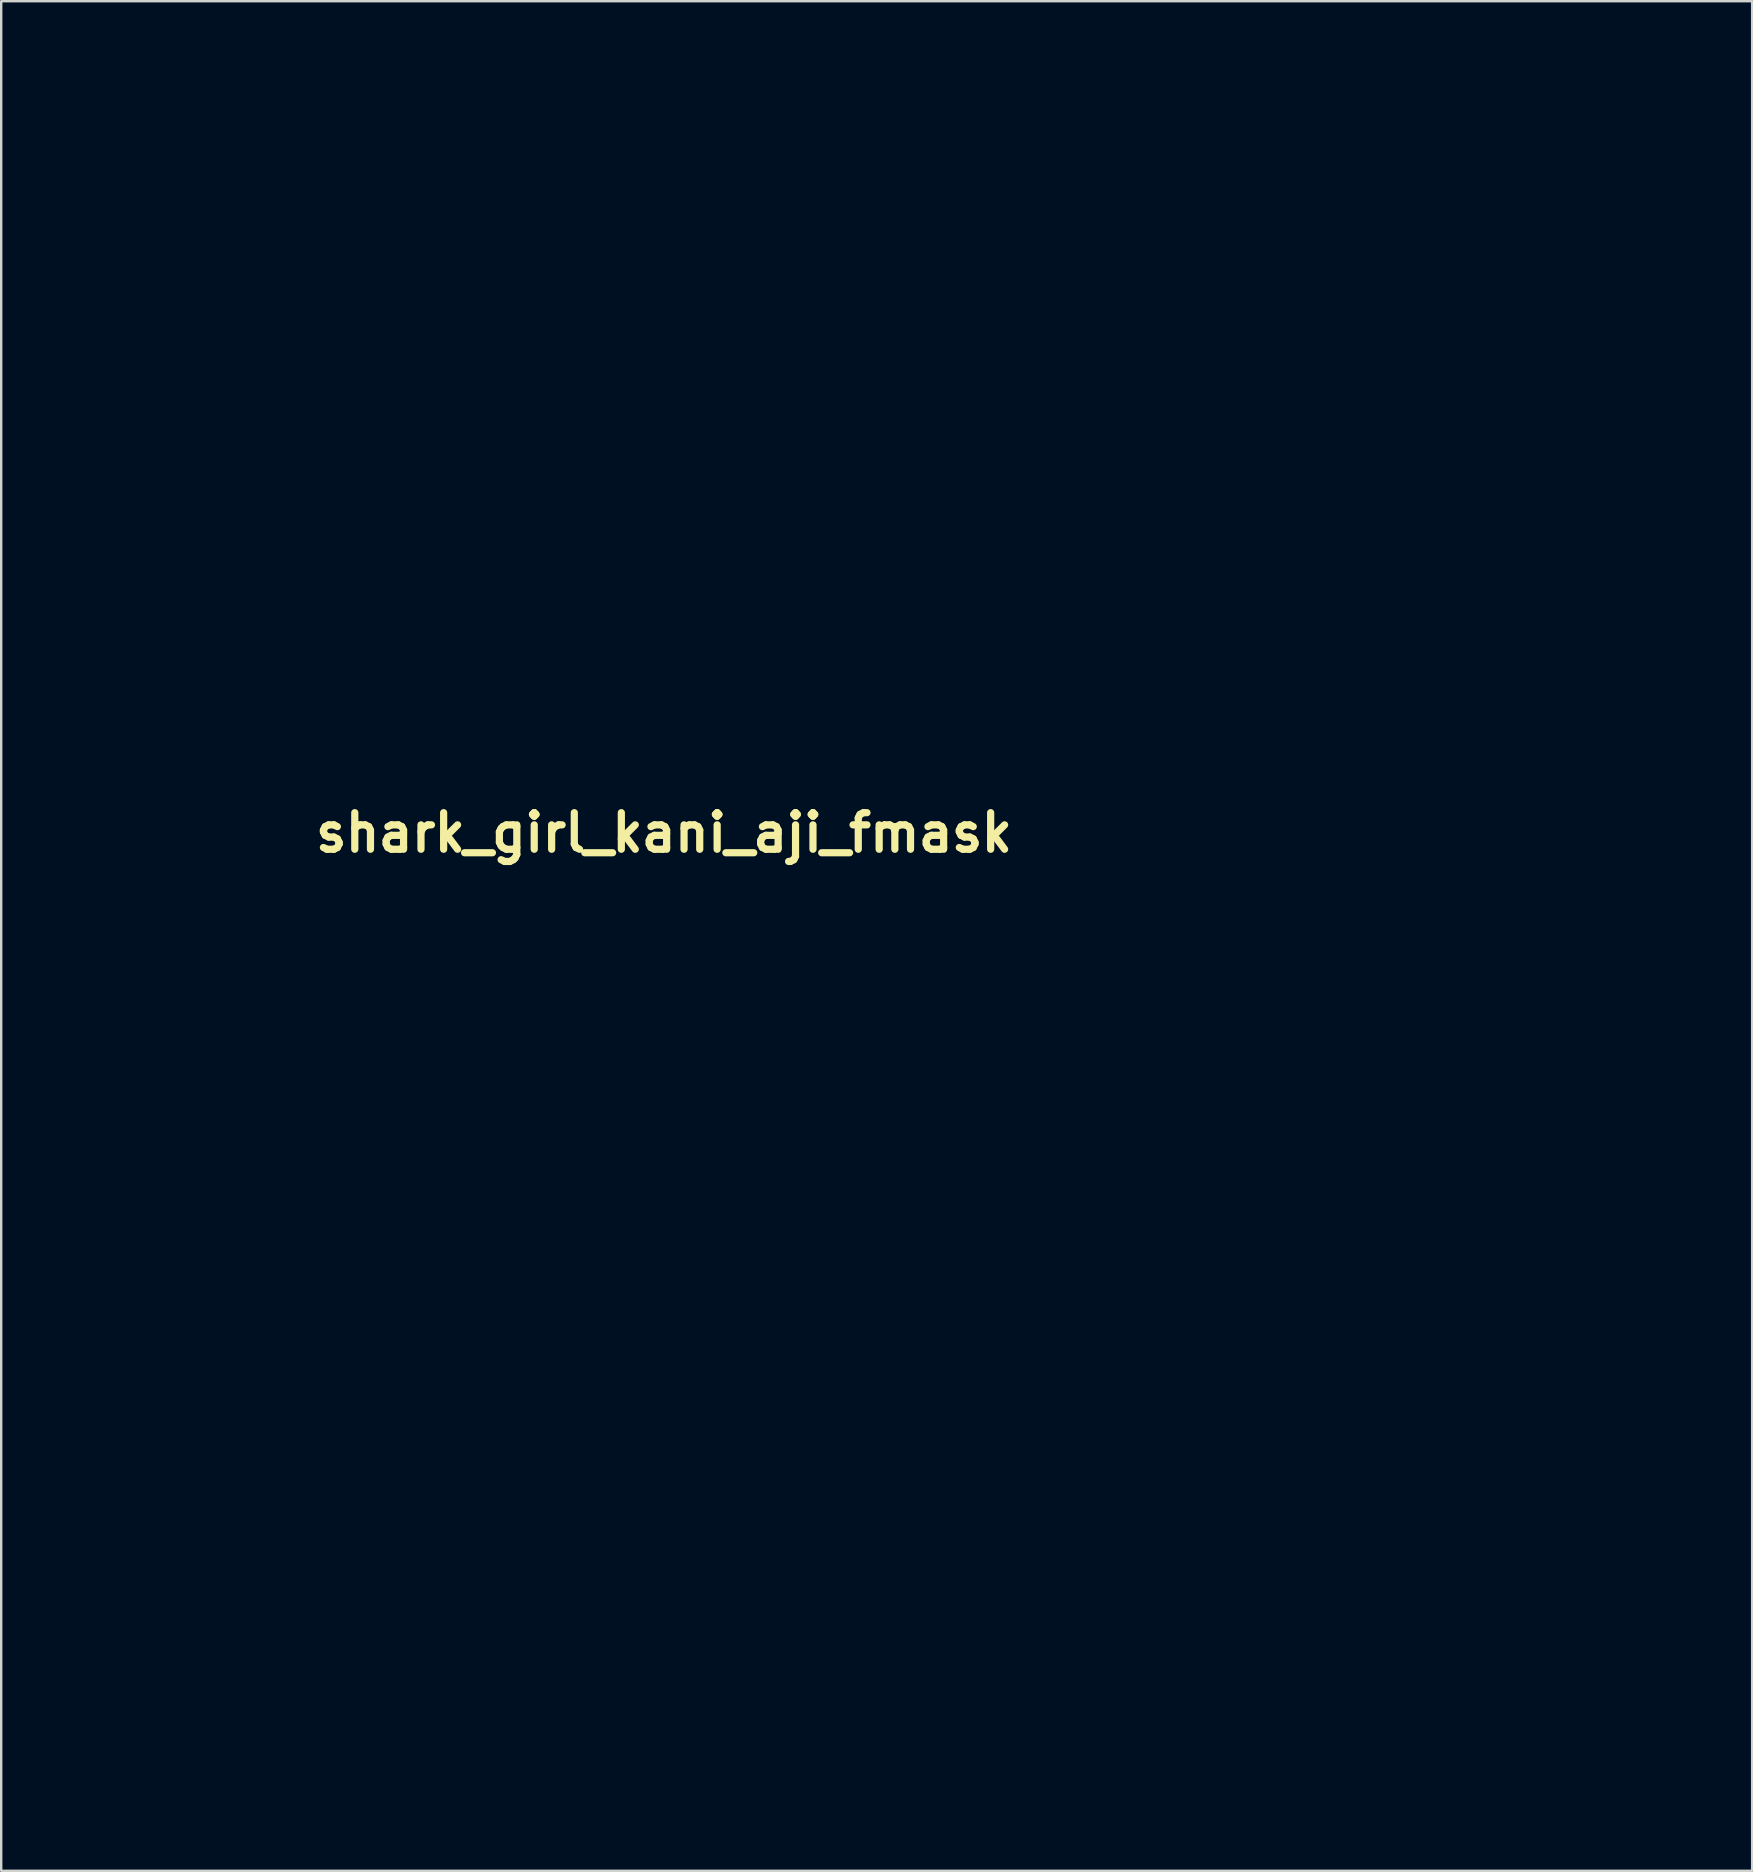
<source format=kicad_pcb>
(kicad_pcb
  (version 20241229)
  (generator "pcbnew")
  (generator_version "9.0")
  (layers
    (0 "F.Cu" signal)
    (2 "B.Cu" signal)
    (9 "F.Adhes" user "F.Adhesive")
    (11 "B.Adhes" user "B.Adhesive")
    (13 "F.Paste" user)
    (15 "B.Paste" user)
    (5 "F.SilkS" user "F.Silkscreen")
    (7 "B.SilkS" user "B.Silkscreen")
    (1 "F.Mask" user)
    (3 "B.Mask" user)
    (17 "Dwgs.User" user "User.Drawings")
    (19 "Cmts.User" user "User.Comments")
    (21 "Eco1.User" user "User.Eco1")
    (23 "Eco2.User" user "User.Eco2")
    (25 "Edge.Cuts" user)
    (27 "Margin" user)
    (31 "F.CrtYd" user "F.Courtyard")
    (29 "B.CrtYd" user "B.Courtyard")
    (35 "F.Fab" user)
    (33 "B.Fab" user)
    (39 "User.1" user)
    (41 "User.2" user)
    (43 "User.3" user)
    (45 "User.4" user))
  (footprint "shark_girl_kani_aji_fmask"
    (layer "F.Cu")
    (at 24.611 31.638)
    (property "Reference" "shark_girl_kani_aji_fmask" (at 0 0 0) (layer "F.SilkS") (effects (font (size 1.524 1.524) (thickness 0.3))))
    (attr through_hole)
    (fp_poly (pts (xy -19.352 33.504) (xy -19.473 33.625) (xy -19.594 33.504) (xy -19.473 33.383) (xy -19.352 33.504)) (stroke (width 0.01) (type solid)) (fill yes) (layer "F.Mask"))
    (fp_poly (pts (xy -22.578 34.673) (xy -22.611 34.817) (xy -22.739 34.834) (xy -22.938 34.746) (xy -22.9 34.673) (xy -22.613 34.644) (xy -22.578 34.673)) (stroke (width 0.01) (type solid)) (fill yes) (layer "F.Mask"))
    (fp_poly (pts (xy -20.622 34.668) (xy -20.547 34.738) (xy -20.882 34.776) (xy -21.046 34.778) (xy -21.486 34.753) (xy -21.538 34.69) (xy -21.469 34.668) (xy -20.856 34.63) (xy -20.622 34.668)) (stroke (width 0.01) (type solid)) (fill yes) (layer "F.Mask"))
    (fp_poly (pts (xy -18.278 34.373) (xy -18.542 34.539) (xy -18.907 34.599) (xy -19.109 34.513) (xy -19.11 34.5) (xy -18.911 34.373) (xy -18.626 34.28) (xy -18.299 34.264) (xy -18.278 34.373)) (stroke (width 0.01) (type solid)) (fill yes) (layer "F.Mask"))
    (fp_poly (pts (xy -14.752 -21.357) (xy -14.332 -21.128) (xy -14.34 -20.829) (xy -14.502 -20.69) (xy -14.778 -20.758) (xy -14.982 -21.015) (xy -15.11 -21.353) (xy -14.895 -21.39) (xy -14.752 -21.357)) (stroke (width 0.01) (type solid)) (fill yes) (layer "F.Mask"))
    (fp_poly (pts (xy -4.907 -11.026) (xy -5.187 -10.781) (xy -5.592 -10.551) (xy -6.038 -10.419) (xy -6.381 -10.404) (xy -6.477 -10.522) (xy -6.398 -10.627) (xy -6.01 -10.836) (xy -5.443 -11.006) (xy -4.965 -11.094) (xy -4.907 -11.026)) (stroke (width 0.01) (type solid)) (fill yes) (layer "F.Mask"))
    (fp_poly (pts (xy -20.575 31.531) (xy -20.562 31.602) (xy -20.753 31.888) (xy -21.184 32.2) (xy -21.643 32.394) (xy -21.748 32.408) (xy -21.923 32.33) (xy -21.741 32.034) (xy -21.65 31.931) (xy -21.224 31.59) (xy -20.812 31.44) (xy -20.575 31.531)) (stroke (width 0.01) (type solid)) (fill yes) (layer "F.Mask"))
    (fp_poly (pts (xy -22.253 32.364) (xy -22.169 32.533) (xy -22.155 32.813) (xy -22.247 32.836) (xy -22.541 32.962) (xy -22.809 33.242) (xy -23.094 33.532) (xy -23.253 33.41) (xy -23.266 33.375) (xy -23.204 32.978) (xy -22.927 32.512) (xy -22.583 32.203) (xy -22.469 32.173) (xy -22.253 32.364)) (stroke (width 0.01) (type solid)) (fill yes) (layer "F.Mask"))
    (fp_poly (pts (xy -1.761 4.068) (xy -1.478 4.546) (xy -1.205 5.131) (xy -1.022 5.65) (xy -1.01 5.929) (xy -1.01 5.929) (xy -1.258 5.911) (xy -1.311 5.866) (xy -1.499 5.562) (xy -1.766 5.02) (xy -2.019 4.441) (xy -2.167 4.026) (xy -2.177 3.962) (xy -1.995 3.871) (xy -1.972 3.87) (xy -1.761 4.068)) (stroke (width 0.01) (type solid)) (fill yes) (layer "F.Mask"))
    (fp_poly (pts (xy -9.309 -1.045) (xy -9.507 -0.601) (xy -9.947 0.047) (xy -10.582 0.823) (xy -10.603 0.847) (xy -11.178 1.457) (xy -11.599 1.834) (xy -11.813 1.938) (xy -11.766 1.729) (xy -11.73 1.664) (xy -11.379 1.123) (xy -10.889 0.459) (xy -10.353 -0.215) (xy -9.861 -0.787) (xy -9.505 -1.145) (xy -9.396 -1.21) (xy -9.309 -1.045)) (stroke (width 0.01) (type solid)) (fill yes) (layer "F.Mask"))
    (fp_poly (pts (xy -10.426 -1.999) (xy -10.67 -1.565) (xy -11.119 -0.901) (xy -11.492 -0.392) (xy -12.097 0.4) (xy -12.59 1.022) (xy -12.901 1.389) (xy -12.971 1.451) (xy -13.056 1.257) (xy -13.063 1.137) (xy -12.913 0.789) (xy -12.525 0.208) (xy -11.996 -0.489) (xy -11.419 -1.183) (xy -10.891 -1.757) (xy -10.506 -2.092) (xy -10.434 -2.128) (xy -10.426 -1.999)) (stroke (width 0.01) (type solid)) (fill yes) (layer "F.Mask"))
    (fp_poly (pts (xy -21.428 32.737) (xy -20.917 32.882) (xy -20.724 32.907) (xy -20.668 33.028) (xy -20.911 33.27) (xy -21.203 33.52) (xy -21.109 33.622) (xy -20.669 33.653) (xy -19.957 33.682) (xy -20.683 33.867) (xy -21.463 34.001) (xy -22.255 34.058) (xy -23.102 34.065) (xy -22.339 33.844) (xy -21.819 33.629) (xy -21.674 33.331) (xy -21.712 33.099) (xy -21.749 32.727) (xy -21.514 32.707) (xy -21.428 32.737)) (stroke (width 0.01) (type solid)) (fill yes) (layer "F.Mask"))
    (fp_poly (pts (xy -10.437 -13.409) (xy -10.481 -13.134) (xy -10.704 -12.981) (xy -10.789 -12.875) (xy -10.583 -12.84) (xy -10.225 -12.937) (xy -10.16 -13.063) (xy -9.976 -13.298) (xy -9.918 -13.305) (xy -9.694 -13.148) (xy -9.727 -12.816) (xy -9.981 -12.521) (xy -10.059 -12.484) (xy -10.769 -12.346) (xy -11.208 -12.56) (xy -11.278 -12.688) (xy -11.287 -13.207) (xy -10.946 -13.518) (xy -10.75 -13.547) (xy -10.437 -13.409)) (stroke (width 0.01) (type solid)) (fill yes) (layer "F.Mask"))
    (fp_poly (pts (xy -15.433 -4.363) (xy -15.025 -3.8) (xy -14.785 -3.043) (xy -14.913 -2.507) (xy -15.319 -2.255) (xy -15.916 -2.348) (xy -16.524 -2.76) (xy -17.037 -3.423) (xy -17.045 -3.475) (xy -15.966 -3.475) (xy -15.828 -3.091) (xy -15.804 -3.064) (xy -15.545 -3.007) (xy -15.518 -3.028) (xy -15.552 -3.276) (xy -15.679 -3.439) (xy -15.923 -3.575) (xy -15.966 -3.475) (xy -17.045 -3.475) (xy -17.14 -4.033) (xy -16.827 -4.511) (xy -16.691 -4.596) (xy -16.042 -4.706) (xy -15.433 -4.363)) (stroke (width 0.01) (type solid)) (fill yes) (layer "F.Mask"))
    (fp_poly (pts (xy -16.989 -25.36) (xy -17.081 -25.157) (xy -17.236 -24.977) (xy -17.652 -24.238) (xy -17.964 -23.144) (xy -18.165 -21.813) (xy -18.247 -20.363) (xy -18.204 -18.913) (xy -18.028 -17.581) (xy -17.752 -16.584) (xy -17.747 -16.265) (xy -17.856 -16.208) (xy -18.088 -16.414) (xy -18.324 -16.919) (xy -18.349 -16.994) (xy -18.641 -18.082) (xy -18.775 -19.052) (xy -18.764 -20.103) (xy -18.635 -21.327) (xy -18.39 -22.834) (xy -18.091 -24.041) (xy -17.758 -24.895) (xy -17.409 -25.344) (xy -17.239 -25.4) (xy -16.989 -25.36)) (stroke (width 0.01) (type solid)) (fill yes) (layer "F.Mask"))
    (fp_poly (pts (xy -19.588 31.598) (xy -18.945 32.102) (xy -18.731 32.294) (xy -18.271 32.762) (xy -18.066 33.07) (xy -18.11 33.141) (xy -18.298 33.28) (xy -18.264 33.383) (xy -18.275 33.606) (xy -18.356 33.625) (xy -18.698 33.448) (xy -18.748 33.383) (xy -18.705 33.162) (xy -18.58 33.133) (xy -18.475 33.023) (xy -18.723 32.778) (xy -19.155 32.556) (xy -19.388 32.558) (xy -19.757 32.569) (xy -19.862 32.52) (xy -19.972 32.302) (xy -19.802 32.147) (xy -19.616 31.973) (xy -19.776 31.935) (xy -20.057 31.779) (xy -20.078 31.69) (xy -19.959 31.464) (xy -19.588 31.598)) (stroke (width 0.01) (type solid)) (fill yes) (layer "F.Mask"))
    (fp_poly (pts (xy -7.871 -16.838) (xy -7.862 -16.691) (xy -7.812 -16.48) (xy -7.661 -16.45) (xy -7.332 -16.24) (xy -7.144 -15.719) (xy -7.129 -15.045) (xy -7.273 -14.477) (xy -7.696 -13.939) (xy -8.274 -13.779) (xy -8.854 -14.033) (xy -8.902 -14.079) (xy -9.161 -14.525) (xy -9.192 -14.712) (xy -9.343 -14.942) (xy -9.737 -14.896) (xy -10.368 -14.739) (xy -11.095 -14.59) (xy -11.628 -14.514) (xy -11.782 -14.604) (xy -11.651 -14.924) (xy -11.634 -14.957) (xy -11.155 -15.393) (xy -10.232 -15.781) (xy -9.973 -15.857) (xy -9.028 -16.123) (xy -8.486 -16.287) (xy -8.281 -16.377) (xy -8.349 -16.417) (xy -8.541 -16.43) (xy -8.837 -16.538) (xy -8.782 -16.736) (xy -8.462 -16.901) (xy -8.196 -16.933) (xy -7.871 -16.838)) (stroke (width 0.01) (type solid)) (fill yes) (layer "F.Mask"))
    (fp_poly (pts (xy -19.402 29.072) (xy -18.84 29.165) (xy -18.737 29.214) (xy -18.287 29.727) (xy -17.844 30.557) (xy -17.48 31.538) (xy -17.269 32.506) (xy -17.266 32.528) (xy -17.209 34.024) (xy -17.444 35.196) (xy -17.962 36.093) (xy -18.328 36.455) (xy -18.777 36.679) (xy -19.455 36.816) (xy -20.199 36.893) (xy -21.226 36.948) (xy -21.953 36.888) (xy -22.553 36.692) (xy -22.739 36.602) (xy -23.54 35.95) (xy -23.874 35.318) (xy -24.089 34.259) (xy -24.144 32.949) (xy -24.092 32.28) (xy -23.588 32.28) (xy -23.577 32.981) (xy -23.527 33.509) (xy -23.437 33.722) (xy -23.418 33.717) (xy -23.323 33.843) (xy -23.332 34.311) (xy -23.363 34.537) (xy -23.419 35.199) (xy -23.258 35.627) (xy -22.824 36.031) (xy -22.408 36.317) (xy -21.982 36.46) (xy -21.391 36.484) (xy -20.482 36.414) (xy -20.441 36.41) (xy -19.555 36.295) (xy -18.846 36.152) (xy -18.467 36.012) (xy -18.464 36.009) (xy -18.059 35.396) (xy -17.817 34.419) (xy -17.761 33.175) (xy -17.77 32.971) (xy -17.903 31.923) (xy -18.156 30.995) (xy -18.486 30.285) (xy -18.852 29.894) (xy -19.096 29.858) (xy -19.509 29.93) (xy -20.255 30.022) (xy -21.186 30.116) (xy -21.352 30.131) (xy -22.263 30.241) (xy -22.978 30.384) (xy -23.367 30.533) (xy -23.395 30.562) (xy -23.495 30.928) (xy -23.56 31.548) (xy -23.588 32.28) (xy -24.092 32.28) (xy -24.039 31.593) (xy -23.869 30.722) (xy -23.629 30.008) (xy -23.363 29.682) (xy -22.104 29.682) (xy -21.771 29.716) (xy -21.428 29.678) (xy -21.469 29.594) (xy -21.964 29.562) (xy -22.074 29.594) (xy -22.104 29.682) (xy -23.363 29.682) (xy -23.3 29.606) (xy -22.742 29.345) (xy -22.739 29.345) (xy -22.056 29.19) (xy -21.167 29.089) (xy -20.23 29.048) (xy -19.402 29.072)) (stroke (width 0.01) (type solid)) (fill yes) (layer "F.Mask"))
    (fp_poly (pts (xy -10.587 -31.48) (xy -8.445 -30.925) (xy -6.482 -29.995) (xy -4.75 -28.721) (xy -3.302 -27.129) (xy -2.189 -25.247) (xy -1.717 -24.031) (xy -1.363 -23.044) (xy -0.937 -22.023) (xy -0.486 -21.068) (xy -0.063 -20.278) (xy 0.285 -19.755) (xy 0.487 -19.594) (xy 0.676 -19.39) (xy 0.726 -19.068) (xy 0.726 -18.542) (xy 0.181 -19.024) (xy -0.445 -19.52) (xy -1.028 -19.918) (xy -1.693 -20.331) (xy -1.693 -18.168) (xy -1.714 -16.874) (xy -1.785 -15.999) (xy -1.916 -15.482) (xy -2.12 -15.26) (xy -2.234 -15.24) (xy -2.365 -15.465) (xy -2.374 -16.1) (xy -2.336 -16.51) (xy -2.285 -17.148) (xy -2.315 -17.398) (xy -2.39 -17.296) (xy -2.475 -16.848) (xy -2.544 -16.029) (xy -2.594 -14.953) (xy -2.623 -13.734) (xy -2.629 -12.485) (xy -2.611 -11.32) (xy -2.566 -10.352) (xy -2.524 -9.907) (xy -2.409 -9.116) (xy -2.24 -8.638) (xy -1.915 -8.421) (xy -1.338 -8.409) (xy -0.407 -8.55) (xy -0.118 -8.601) (xy 1.518 -8.851) (xy 2.748 -8.94) (xy 3.629 -8.86) (xy 4.213 -8.601) (xy 4.558 -8.152) (xy 4.676 -7.764) (xy 4.821 -7.304) (xy 5.112 -7.078) (xy 5.706 -6.981) (xy 5.857 -6.969) (xy 6.453 -6.897) (xy 6.85 -6.713) (xy 7.186 -6.31) (xy 7.583 -5.61) (xy 7.963 -4.849) (xy 8.12 -4.339) (xy 8.085 -3.916) (xy 7.984 -3.631) (xy 7.617 -2.978) (xy 7.234 -2.519) (xy 7.018 -2.292) (xy 6.974 -2.067) (xy 7.148 -1.75) (xy 7.584 -1.244) (xy 8.047 -0.748) (xy 9.789 1.175) (xy 11.156 2.854) (xy 12.171 4.315) (xy 12.341 4.596) (xy 13.441 6.695) (xy 14.453 9.053) (xy 15.284 11.446) (xy 15.622 12.655) (xy 16.241 15.119) (xy 17.855 16.329) (xy 18.488 16.843) (xy 19.393 17.635) (xy 20.499 18.638) (xy 21.736 19.789) (xy 23.034 21.023) (xy 23.843 21.807) (xy 25.336 23.251) (xy 26.548 24.389) (xy 27.531 25.267) (xy 28.336 25.928) (xy 29.017 26.417) (xy 29.626 26.778) (xy 29.772 26.853) (xy 30.675 27.328) (xy 31.507 27.807) (xy 32.052 28.161) (xy 32.705 28.605) (xy 33.526 29.118) (xy 33.903 29.34) (xy 34.793 29.918) (xy 35.695 30.6) (xy 35.98 30.843) (xy 36.986 31.637) (xy 38.314 32.525) (xy 39.837 33.425) (xy 40.912 33.999) (xy 41.583 34.4) (xy 42.058 34.79) (xy 42.182 34.964) (xy 42.323 35.786) (xy 42.078 36.421) (xy 41.962 36.535) (xy 41.737 36.673) (xy 41.668 36.516) (xy 41.728 35.981) (xy 41.747 35.864) (xy 41.903 34.885) (xy 39.639 33.719) (xy 38.543 33.11) (xy 37.481 32.444) (xy 36.612 31.823) (xy 36.286 31.549) (xy 35.297 30.748) (xy 33.994 29.85) (xy 32.51 28.939) (xy 30.979 28.097) (xy 29.854 27.55) (xy 29.156 27.188) (xy 28.415 26.698) (xy 27.56 26.025) (xy 26.522 25.115) (xy 25.229 23.91) (xy 25.108 23.795) (xy 24.058 22.79) (xy 23.11 21.876) (xy 22.329 21.115) (xy 21.777 20.568) (xy 21.53 20.31) (xy 21.123 19.899) (xy 20.425 19.257) (xy 19.521 18.456) (xy 18.496 17.57) (xy 17.435 16.671) (xy 16.422 15.832) (xy 15.544 15.126) (xy 14.948 14.672) (xy 13.501 13.656) (xy 12.324 12.929) (xy 11.328 12.456) (xy 10.427 12.2) (xy 9.531 12.125) (xy 8.801 12.168) (xy 8.036 12.266) (xy 7.471 12.375) (xy 7.295 12.435) (xy 7.221 12.69) (xy 7.283 13.3) (xy 7.487 14.291) (xy 7.838 15.69) (xy 8.281 17.312) (xy 8.83 19.264) (xy 11.57 21.848) (xy 12.535 22.738) (xy 13.396 23.495) (xy 14.086 24.063) (xy 14.535 24.383) (xy 14.654 24.432) (xy 14.964 24.571) (xy 14.998 24.677) (xy 15.197 24.942) (xy 15.718 25.35) (xy 16.452 25.831) (xy 17.287 26.317) (xy 18.114 26.735) (xy 18.533 26.915) (xy 19.406 27.321) (xy 20.29 27.825) (xy 20.441 27.925) (xy 21.08 28.302) (xy 21.608 28.519) (xy 21.745 28.54) (xy 22.173 28.613) (xy 22.906 28.81) (xy 23.827 29.092) (xy 24.818 29.42) (xy 25.761 29.753) (xy 26.539 30.052) (xy 27.034 30.278) (xy 27.144 30.357) (xy 27.161 30.717) (xy 27.083 30.829) (xy 26.91 31.269) (xy 26.858 31.994) (xy 26.921 32.823) (xy 27.091 33.575) (xy 27.203 33.845) (xy 27.688 34.435) (xy 28.274 34.822) (xy 28.991 34.974) (xy 29.702 34.906) (xy 30.197 34.642) (xy 30.238 34.59) (xy 30.518 34.408) (xy 30.985 34.266) (xy 31.466 34.193) (xy 31.791 34.218) (xy 31.826 34.325) (xy 31.863 34.553) (xy 32.047 34.592) (xy 32.417 34.693) (xy 33.11 34.964) (xy 34.013 35.359) (xy 34.7 35.681) (xy 35.755 36.176) (xy 36.537 36.492) (xy 37.208 36.669) (xy 37.928 36.747) (xy 38.856 36.766) (xy 39.107 36.765) (xy 41.245 36.761) (xy 40.448 36.251) (xy 39.941 35.859) (xy 39.801 35.616) (xy 40.021 35.588) (xy 40.507 35.795) (xy 41.069 36.237) (xy 41.303 36.729) (xy 41.239 37.021) (xy 40.954 37.115) (xy 40.305 37.187) (xy 39.41 37.225) (xy 39.009 37.229) (xy 37.919 37.21) (xy 37.146 37.131) (xy 36.524 36.958) (xy 35.886 36.655) (xy 35.689 36.547) (xy 34.789 36.095) (xy 33.694 35.618) (xy 32.846 35.294) (xy 31.957 34.999) (xy 31.363 34.87) (xy 30.909 34.891) (xy 30.441 35.045) (xy 30.427 35.051) (xy 29.349 35.427) (xy 28.539 35.511) (xy 27.869 35.293) (xy 27.216 34.764) (xy 26.73 34.211) (xy 26.448 33.659) (xy 26.33 32.962) (xy 26.337 31.976) (xy 26.358 31.598) (xy 26.301 30.817) (xy 25.962 30.393) (xy 25.266 30.245) (xy 25.112 30.242) (xy 24.581 30.164) (xy 24.323 30.015) (xy 24.044 29.843) (xy 23.418 29.576) (xy 22.561 29.261) (xy 22.192 29.136) (xy 21.265 28.787) (xy 20.131 28.295) (xy 18.898 27.714) (xy 17.67 27.097) (xy 16.554 26.497) (xy 15.655 25.969) (xy 15.079 25.565) (xy 15.022 25.514) (xy 14.777 25.379) (xy 14.435 25.441) (xy 13.889 25.737) (xy 13.329 26.105) (xy 12.597 26.585) (xy 12.002 26.95) (xy 11.682 27.117) (xy 11.572 27.376) (xy 11.732 27.935) (xy 12.119 28.724) (xy 12.691 29.676) (xy 13.404 30.722) (xy 14.214 31.793) (xy 15.078 32.82) (xy 15.755 33.542) (xy 16.363 34.063) (xy 17.269 34.73) (xy 18.351 35.457) (xy 19.445 36.133) (xy 20.787 36.927) (xy 21.766 37.523) (xy 22.441 37.964) (xy 22.868 38.295) (xy 23.102 38.56) (xy 23.202 38.803) (xy 23.223 39.068) (xy 23.223 39.079) (xy 23.193 39.402) (xy 23.028 39.58) (xy 22.618 39.655) (xy 21.852 39.672) (xy 21.699 39.672) (xy 20.866 39.704) (xy 20.225 39.786) (xy 19.945 39.883) (xy 19.568 40.017) (xy 18.84 40.125) (xy 17.892 40.201) (xy 16.856 40.239) (xy 15.864 40.231) (xy 15.047 40.172) (xy 14.822 40.137) (xy 13.967 39.884) (xy 13.041 39.484) (xy 12.745 39.323) (xy 12.007 38.956) (xy 11.34 38.73) (xy 11.106 38.697) (xy 10.319 38.579) (xy 9.376 38.29) (xy 8.45 37.899) (xy 7.714 37.476) (xy 7.414 37.211) (xy 7.183 36.853) (xy 7.063 36.412) (xy 7.036 35.756) (xy 7.086 34.753) (xy 7.087 34.726) (xy 7.139 33.734) (xy 7.108 33.014) (xy 6.957 32.37) (xy 6.646 31.608) (xy 6.367 31.01) (xy 6.15 30.552) (xy 6.774 30.552) (xy 6.873 30.903) (xy 7.106 31.389) (xy 7.379 31.844) (xy 7.597 32.098) (xy 7.651 32.102) (xy 7.612 31.844) (xy 7.371 31.344) (xy 7.271 31.173) (xy 6.963 30.71) (xy 6.789 30.53) (xy 6.774 30.552) (xy 6.15 30.552) (xy 5.599 29.391) (xy 6.048 29.391) (xy 6.169 29.512) (xy 6.29 29.391) (xy 6.169 29.27) (xy 6.048 29.391) (xy 5.599 29.391) (xy 5.516 29.216) (xy 4.512 29.407) (xy 3.364 29.545) (xy 2.286 29.532) (xy 1.447 29.375) (xy 1.243 29.288) (xy 0.942 29.226) (xy 0.563 29.386) (xy 0.014 29.822) (xy -0.471 30.271) (xy -1.716 31.281) (xy -2.995 31.913) (xy -4.476 32.238) (xy -5.201 32.3) (xy -6.064 32.373) (xy -6.781 32.476) (xy -7.106 32.557) (xy -7.58 32.554) (xy -7.783 32.332) (xy -8.136 31.992) (xy -8.352 31.931) (xy -8.568 32.027) (xy -8.518 32.392) (xy -8.455 32.566) (xy -8.349 33.198) (xy -8.626 33.627) (xy -9.327 33.9) (xy -9.619 33.957) (xy -10.475 34.106) (xy -11.289 34.254) (xy -11.309 34.258) (xy -12.488 34.328) (xy -13.634 34.136) (xy -14.58 33.72) (xy -14.942 33.424) (xy -15.535 32.613) (xy -16.125 31.5) (xy -16.635 30.262) (xy -16.984 29.075) (xy -17.061 28.662) (xy -17.262 27.72) (xy -17.581 26.657) (xy -17.779 26.126) (xy -18.177 25.088) (xy -18.573 23.961) (xy -18.733 23.465) (xy -19.051 22.543) (xy -19.407 21.665) (xy -19.587 21.288) (xy -19.868 20.675) (xy -20.239 19.763) (xy -20.635 18.711) (xy -20.788 18.282) (xy -21.107 17.313) (xy -21.34 16.42) (xy -21.51 15.471) (xy -21.64 14.332) (xy -21.752 12.872) (xy -21.777 12.491) (xy -21.874 11.204) (xy -21.974 10.19) (xy -21.286 10.19) (xy -21.279 11.14) (xy -21.23 12.507) (xy -21.225 12.64) (xy -21.165 14.069) (xy -21.088 15.143) (xy -20.975 15.992) (xy -20.803 16.745) (xy -20.553 17.531) (xy -20.329 18.143) (xy -19.927 19.162) (xy -19.528 20.09) (xy -19.2 20.773) (xy -19.114 20.925) (xy -18.807 21.557) (xy -18.424 22.532) (xy -18.004 23.726) (xy -17.59 25.012) (xy -17.22 26.265) (xy -16.935 27.358) (xy -16.775 28.167) (xy -16.764 28.255) (xy -16.57 29.132) (xy -16.19 30.208) (xy -15.702 31.302) (xy -15.184 32.233) (xy -14.841 32.697) (xy -14.259 33.064) (xy -13.599 33.108) (xy -13.13 32.869) (xy -13.02 32.556) (xy -13.298 32.125) (xy -13.323 32.098) (xy -13.629 31.593) (xy -13.767 30.845) (xy -13.785 30.253) (xy -13.757 29.497) (xy -13.675 29.19) (xy -13.547 29.27) (xy -13.382 29.758) (xy -13.309 30.431) (xy -13.308 30.448) (xy -13.096 31.336) (xy -12.574 32.095) (xy -12.092 32.759) (xy -12.026 33.182) (xy -12.377 33.371) (xy -12.579 33.383) (xy -13.036 33.497) (xy -13.184 33.625) (xy -13.11 33.796) (xy -12.695 33.863) (xy -12.07 33.83) (xy -11.364 33.706) (xy -10.727 33.504) (xy -10.019 33.261) (xy -9.413 33.137) (xy -9.344 33.133) (xy -8.987 33.109) (xy -9.031 32.981) (xy -9.313 32.759) (xy -9.845 32.514) (xy -10.215 32.5) (xy -10.632 32.366) (xy -11.071 31.751) (xy -11.53 30.654) (xy -11.763 29.937) (xy -12.067 29.221) (xy -12.494 28.535) (xy -12.955 27.992) (xy -13.361 27.702) (xy -13.558 27.705) (xy -13.826 27.63) (xy -14.099 27.39) (xy -14.295 27.077) (xy -14.479 26.557) (xy -14.663 25.779) (xy -14.856 24.688) (xy -15.068 23.233) (xy -15.311 21.359) (xy -15.365 20.925) (xy -15.571 19.465) (xy -15.835 17.916) (xy -16.119 16.479) (xy -16.348 15.5) (xy -16.642 14.265) (xy -16.751 13.547) (xy -15.884 13.547) (xy -15.874 14.274) (xy -15.846 14.635) (xy -15.806 14.582) (xy -15.789 14.454) (xy -15.75 13.545) (xy -15.789 12.64) (xy -15.833 12.427) (xy -15.866 12.647) (xy -15.883 13.251) (xy -15.884 13.547) (xy -16.751 13.547) (xy -16.763 13.466) (xy -16.714 13.086) (xy -16.686 13.06) (xy -16.54 12.755) (xy -16.398 12.104) (xy -16.289 11.241) (xy -16.283 11.167) (xy -16.222 10.253) (xy -16.236 9.753) (xy -15.656 9.753) (xy -15.613 10.387) (xy -15.53 11.174) (xy -15.418 12.003) (xy -15.285 12.767) (xy -15.256 12.906) (xy -15.154 13.587) (xy -15.055 14.622) (xy -14.967 15.88) (xy -14.902 17.231) (xy -14.893 17.502) (xy -14.821 19.048) (xy -14.71 20.711) (xy -14.573 22.29) (xy -14.431 23.56) (xy -14.079 26.196) (xy -12.603 27.511) (xy -11.914 28.176) (xy -11.397 28.775) (xy -11.141 29.2) (xy -11.128 29.27) (xy -10.997 30.033) (xy -10.63 30.433) (xy -10.39 30.48) (xy -9.925 30.612) (xy -9.745 30.91) (xy -9.936 31.222) (xy -9.948 31.229) (xy -9.935 31.349) (xy -9.473 31.423) (xy -8.769 31.444) (xy -7.986 31.423) (xy -7.439 31.364) (xy -7.257 31.29) (xy -7.355 31.003) (xy -7.609 30.426) (xy -7.858 29.899) (xy -8.242 28.984) (xy -8.625 27.867) (xy -8.868 27.002) (xy -9.04 26.227) (xy -9.136 25.523) (xy -9.161 24.757) (xy -9.118 23.795) (xy -9.045 22.921) (xy -8.632 22.921) (xy -8.558 24.296) (xy -8.375 25.716) (xy -8.104 27.066) (xy -7.766 28.231) (xy -7.383 29.095) (xy -7.143 29.419) (xy -6.864 29.894) (xy -6.649 30.592) (xy -6.622 30.739) (xy -6.5 31.333) (xy -6.286 31.607) (xy -5.825 31.685) (xy -5.43 31.69) (xy -4.528 31.63) (xy -3.52 31.482) (xy -3.209 31.417) (xy -2.51 31.214) (xy -2.016 30.918) (xy -1.566 30.405) (xy -1.194 29.854) (xy -0.741 29.185) (xy -0.417 28.763) (xy 1.451 28.763) (xy 1.664 28.968) (xy 2.191 29.093) (xy 2.865 29.116) (xy 3.387 29.047) (xy 4.03 28.957) (xy 4.839 28.914) (xy 4.989 28.913) (xy 5.608 28.902) (xy 5.827 28.814) (xy 5.73 28.581) (xy 5.608 28.416) (xy 5.361 28.15) (xy 5.044 28.025) (xy 4.524 28.02) (xy 3.664 28.114) (xy 3.643 28.117) (xy 2.592 28.262) (xy 1.936 28.388) (xy 1.587 28.52) (xy 1.46 28.684) (xy 1.451 28.763) (xy -0.417 28.763) (xy -0.38 28.715) (xy -0.205 28.555) (xy -0.025 28.355) (xy 0.342 27.823) (xy 0.355 27.803) (xy 1.027 27.803) (xy 1.06 27.819) (xy 1.281 27.649) (xy 1.33 27.577) (xy 1.374 27.418) (xy 2.049 27.418) (xy 2.11 27.547) (xy 2.54 27.42) (xy 3.044 27.184) (xy 3.935 27.184) (xy 3.941 27.304) (xy 4.219 27.335) (xy 4.621 27.202) (xy 4.703 27.116) (xy 4.626 26.992) (xy 4.355 27.023) (xy 3.935 27.184) (xy 3.044 27.184) (xy 3.359 27.037) (xy 3.461 26.985) (xy 4.624 26.395) (xy 4.104 25.875) (xy 3.584 25.356) (xy 3.206 25.922) (xy 2.743 26.548) (xy 2.339 27.033) (xy 2.049 27.418) (xy 1.374 27.418) (xy 1.392 27.351) (xy 1.359 27.335) (xy 1.138 27.506) (xy 1.089 27.577) (xy 1.027 27.803) (xy 0.355 27.803) (xy 0.73 27.214) (xy 1.415 27.214) (xy 2.394 26.126) (xy 2.917 25.501) (xy 3.275 24.99) (xy 3.379 24.749) (xy 3.302 24.373) (xy 3.062 24.413) (xy 2.692 24.845) (xy 2.225 25.641) (xy 2.19 25.707) (xy 1.415 27.214) (xy 0.73 27.214) (xy 0.84 27.043) (xy 1.322 26.251) (xy 2.69 23.957) (xy 1.982 22.925) (xy 0.875 21.095) (xy -0.036 19.158) (xy -0.709 17.229) (xy -1.101 15.423) (xy -1.186 14.186) (xy -1.163 12.7) (xy -0.835 14.806) (xy -0.223 17.433) (xy 0.785 19.927) (xy 2.223 22.354) (xy 3.465 24.005) (xy 4.097 24.839) (xy 4.766 25.844) (xy 5.513 27.093) (xy 6.384 28.658) (xy 7.131 30.057) (xy 7.494 30.618) (xy 7.828 30.937) (xy 7.917 30.964) (xy 8.13 31.03) (xy 8.202 31.284) (xy 8.131 31.813) (xy 7.915 32.702) (xy 7.862 32.899) (xy 7.525 34.513) (xy 7.492 35.775) (xy 7.78 36.723) (xy 8.406 37.395) (xy 9.388 37.83) (xy 10.16 37.992) (xy 11.291 38.255) (xy 12.463 38.666) (xy 13.063 38.946) (xy 13.67 39.258) (xy 14.178 39.458) (xy 14.714 39.565) (xy 15.408 39.598) (xy 16.389 39.579) (xy 17.054 39.554) (xy 18.347 39.49) (xy 19.654 39.406) (xy 20.782 39.312) (xy 21.288 39.258) (xy 22.86 39.068) (xy 22.308 38.584) (xy 21.864 38.239) (xy 21.582 38.097) (xy 21.401 38.029) (xy 21.009 37.809) (xy 20.361 37.41) (xy 19.411 36.803) (xy 18.115 35.96) (xy 17.78 35.741) (xy 16.777 34.99) (xy 15.7 34.023) (xy 14.61 32.913) (xy 13.569 31.735) (xy 12.639 30.564) (xy 11.882 29.474) (xy 11.361 28.539) (xy 11.136 27.834) (xy 11.132 27.759) (xy 11.007 27.4) (xy 10.871 27.335) (xy 10.722 27.189) (xy 10.755 27.109) (xy 10.762 26.764) (xy 10.618 26.153) (xy 10.513 25.839) (xy 10.215 25.014) (xy 9.854 24.004) (xy 9.62 23.344) (xy 9.271 22.437) (xy 8.901 21.607) (xy 8.668 21.167) (xy 8.397 20.571) (xy 9.236 20.571) (xy 9.364 20.932) (xy 9.608 21.645) (xy 9.933 22.605) (xy 10.273 23.615) (xy 11.174 26.306) (xy 11.951 26.131) (xy 12.738 25.862) (xy 13.379 25.529) (xy 13.83 25.18) (xy 14.03 24.918) (xy 14.03 24.909) (xy 13.854 24.679) (xy 13.384 24.238) (xy 12.712 23.669) (xy 12.491 23.491) (xy 11.604 22.747) (xy 10.73 21.951) (xy 10.051 21.269) (xy 10.027 21.242) (xy 9.56 20.756) (xy 9.278 20.524) (xy 9.236 20.571) (xy 8.397 20.571) (xy 8.359 20.487) (xy 8.223 19.85) (xy 8.223 19.836) (xy 8.15 19.236) (xy 7.972 18.438) (xy 7.88 18.113) (xy 7.677 17.353) (xy 7.432 16.305) (xy 7.189 15.158) (xy 7.116 14.787) (xy 6.908 13.827) (xy 6.703 13.078) (xy 6.532 12.645) (xy 6.464 12.579) (xy 6.336 12.402) (xy 6.374 12.224) (xy 6.4 11.812) (xy 6.341 11.061) (xy 6.216 10.102) (xy 6.048 9.069) (xy 5.858 8.094) (xy 5.666 7.309) (xy 5.532 6.92) (xy 5.1 6.395) (xy 4.407 5.913) (xy 3.666 5.608) (xy 3.343 5.564) (xy 2.897 5.433) (xy 2.512 5.214) (xy 2.164 5.029) (xy 1.819 5.062) (xy 1.312 5.346) (xy 1.067 5.512) (xy 0.324 6.094) (xy -0.574 6.905) (xy -1.479 7.8) (xy -2.237 8.636) (xy -2.383 8.813) (xy -3.006 9.642) (xy -3.645 10.566) (xy -4.235 11.483) (xy -4.711 12.29) (xy -5.011 12.883) (xy -5.08 13.12) (xy -5.176 13.43) (xy -5.312 13.432) (xy -5.542 13.53) (xy -5.846 13.908) (xy -6.117 14.396) (xy -6.25 14.824) (xy -6.244 14.93) (xy -6.338 15.22) (xy -6.635 15.775) (xy -6.966 16.315) (xy -7.399 17.047) (xy -7.544 17.487) (xy -7.438 17.702) (xy -7.265 17.865) (xy -7.432 17.897) (xy -7.663 18.123) (xy -7.925 18.726) (xy -8.186 19.605) (xy -8.416 20.658) (xy -8.575 21.705) (xy -8.632 22.921) (xy -9.045 22.921) (xy -9.01 22.505) (xy -8.991 22.307) (xy -8.89 21.151) (xy -8.821 20.182) (xy -8.789 19.495) (xy -8.8 19.183) (xy -8.804 19.176) (xy -8.94 19.319) (xy -9.179 19.823) (xy -9.484 20.586) (xy -9.819 21.507) (xy -10.147 22.484) (xy -10.431 23.415) (xy -10.634 24.199) (xy -10.658 24.311) (xy -10.832 25.75) (xy -10.716 27.154) (xy -10.61 27.988) (xy -10.631 28.446) (xy -10.76 28.496) (xy -10.98 28.11) (xy -11.104 27.783) (xy -11.366 26.362) (xy -11.246 24.685) (xy -10.743 22.743) (xy -9.854 20.529) (xy -9.063 18.929) (xy -8.503 17.826) (xy -8.083 16.921) (xy -7.832 16.283) (xy -7.78 15.981) (xy -7.804 15.966) (xy -8.081 16.131) (xy -8.612 16.579) (xy -9.32 17.242) (xy -10.099 18.021) (xy -10.869 18.793) (xy -11.501 19.388) (xy -11.931 19.747) (xy -12.095 19.815) (xy -12.095 19.812) (xy -11.927 19.493) (xy -11.482 18.946) (xy -10.847 18.259) (xy -10.111 17.519) (xy -9.363 16.815) (xy -8.689 16.235) (xy -8.178 15.868) (xy -8.141 15.848) (xy -7.565 15.374) (xy -6.913 14.587) (xy -6.285 13.623) (xy -5.846 12.763) (xy -5.996 12.636) (xy -6.471 12.579) (xy -6.506 12.579) (xy -7.213 12.422) (xy -7.69 11.925) (xy -7.955 11.053) (xy -8.026 9.77) (xy -8.022 9.594) (xy -7.982 8.006) (xy -7.497 8.006) (xy -7.493 9.396) (xy -7.471 10.384) (xy -7.422 11.054) (xy -7.336 11.488) (xy -7.202 11.769) (xy -7.012 11.977) (xy -6.731 12.199) (xy -6.485 12.225) (xy -6.16 12.008) (xy -5.646 11.499) (xy -5.467 11.313) (xy -4.617 10.225) (xy -4.4 9.797) (xy -3.87 9.797) (xy -3.75 9.918) (xy -3.629 9.797) (xy -3.75 9.676) (xy -3.87 9.797) (xy -4.4 9.797) (xy -4.09 9.184) (xy -3.502 9.184) (xy -3.494 9.319) (xy -3.287 9.14) (xy -2.826 8.623) (xy -2.69 8.467) (xy -2.202 7.876) (xy -1.894 7.445) (xy -1.831 7.285) (xy -2.107 7.296) (xy -2.524 7.597) (xy -2.962 8.069) (xy -3.298 8.598) (xy -3.363 8.756) (xy -3.502 9.184) (xy -4.09 9.184) (xy -4.033 9.073) (xy -4.001 8.978) (xy -3.56 8.022) (xy -2.987 7.299) (xy -2.367 6.894) (xy -1.875 6.859) (xy -1.385 6.763) (xy -0.72 6.314) (xy -0.556 6.17) (xy 0.116 5.612) (xy 0.826 5.113) (xy 1.472 4.731) (xy 1.955 4.526) (xy 2.173 4.554) (xy 2.177 4.581) (xy 2.372 4.811) (xy 2.531 4.838) (xy 2.938 4.919) (xy 3.626 5.128) (xy 4.239 5.345) (xy 4.989 5.674) (xy 5.53 6.07) (xy 5.911 6.621) (xy 6.181 7.418) (xy 6.387 8.55) (xy 6.514 9.54) (xy 6.65 10.527) (xy 6.799 11.331) (xy 6.936 11.83) (xy 6.987 11.922) (xy 7.353 12.002) (xy 8.06 11.937) (xy 8.534 11.844) (xy 9.589 11.674) (xy 10.51 11.709) (xy 11.431 11.983) (xy 12.487 12.529) (xy 13.305 13.043) (xy 14.127 13.573) (xy 14.794 13.987) (xy 15.204 14.221) (xy 15.279 14.252) (xy 15.314 14.051) (xy 15.242 13.507) (xy 15.111 12.881) (xy 14.85 11.856) (xy 14.553 10.902) (xy 14.175 9.895) (xy 13.668 8.71) (xy 12.985 7.222) (xy 12.971 7.191) (xy 12.454 6.148) (xy 11.941 5.217) (xy 11.502 4.521) (xy 11.279 4.242) (xy 10.911 3.831) (xy 10.772 3.588) (xy 10.778 3.575) (xy 10.694 3.342) (xy 10.356 2.829) (xy 9.828 2.12) (xy 9.176 1.299) (xy 8.465 0.447) (xy 7.759 -0.349) (xy 7.536 -0.59) (xy 6.872 -1.275) (xy 6.424 -1.662) (xy 6.081 -1.813) (xy 5.732 -1.788) (xy 5.479 -1.715) (xy 4.814 -1.555) (xy 3.902 -1.399) (xy 3.235 -1.313) (xy 2.319 -1.201) (xy 1.743 -1.064) (xy 1.364 -0.838) (xy 1.04 -0.458) (xy 0.89 -0.242) (xy 0.06 0.814) (xy -0.98 1.89) (xy -2.145 2.922) (xy -3.35 3.845) (xy -4.511 4.596) (xy -5.541 5.109) (xy -6.357 5.32) (xy -6.427 5.322) (xy -6.864 5.275) (xy -6.967 5.093) (xy -6.726 4.711) (xy -6.23 4.172) (xy -5.454 3.371) (xy -5.263 3.371) (xy -5.23 3.387) (xy -5.009 3.216) (xy -4.959 3.145) (xy -4.897 2.919) (xy -4.93 2.903) (xy -5.151 3.073) (xy -5.201 3.145) (xy -5.263 3.371) (xy -5.454 3.371) (xy -5.445 3.362) (xy -7.495 4.475) (xy -7.497 8.006) (xy -7.982 8.006) (xy -7.978 7.862) (xy -9.193 7.325) (xy -9.881 7.037) (xy -10.368 6.865) (xy -10.516 6.841) (xy -10.727 6.719) (xy -10.936 6.485) (xy -11.289 6.175) (xy -11.941 5.725) (xy -12.765 5.222) (xy -12.942 5.121) (xy -13.758 4.672) (xy -14.318 4.442) (xy -14.671 4.481) (xy -14.865 4.839) (xy -14.951 5.565) (xy -14.977 6.709) (xy -14.981 7.182) (xy -15.024 8.374) (xy -15.125 9.188) (xy -15.278 9.593) (xy -15.473 9.561) (xy -15.581 9.375) (xy -15.649 9.379) (xy -15.656 9.753) (xy -16.236 9.753) (xy -16.237 9.724) (xy -16.342 9.483) (xy -16.505 9.434) (xy -16.997 9.388) (xy -17.64 9.281) (xy -18.148 9.234) (xy -18.367 9.323) (xy -18.367 9.341) (xy -18.368 9.661) (xy -18.59 9.763) (xy -19.127 9.664) (xy -19.534 9.546) (xy -20.235 9.333) (xy -20.728 9.229) (xy -21.045 9.296) (xy -21.22 9.596) (xy -21.286 10.19) (xy -21.974 10.19) (xy -21.985 10.084) (xy -22.1 9.222) (xy -22.208 8.709) (xy -22.253 8.614) (xy -22.465 8.519) (xy -22.497 8.66) (xy -22.599 8.937) (xy -22.867 8.815) (xy -23.246 8.322) (xy -23.309 8.219) (xy -23.503 7.835) (xy -23.609 7.419) (xy -23.635 6.854) (xy -23.629 6.751) (xy -23.066 6.751) (xy -22.869 7.274) (xy -22.261 7.767) (xy -21.316 8.196) (xy -20.107 8.526) (xy -18.887 8.707) (xy -17.964 8.796) (xy -17.214 8.87) (xy -16.78 8.914) (xy -16.752 8.917) (xy -16.473 8.798) (xy -16.45 8.709) (xy -16.247 8.512) (xy -15.966 8.467) (xy -15.744 8.433) (xy -15.603 8.273) (xy -15.524 7.899) (xy -15.49 7.222) (xy -15.482 6.154) (xy -15.482 6.087) (xy -15.482 3.706) (xy -17.477 2.277) (xy -18.47 1.537) (xy -19.443 0.768) (xy -20.031 0.27) (xy -19.352 0.27) (xy -19.166 0.472) (xy -18.625 0.374) (xy -18.527 0.338) (xy -18.508 0.323) (xy -17.095 0.323) (xy -17.061 0.466) (xy -16.933 0.484) (xy -16.734 0.395) (xy -16.772 0.323) (xy -17.059 0.294) (xy -17.095 0.323) (xy -18.508 0.323) (xy -18.259 0.12) (xy -18.265 -0.003) (xy -18.558 -0.106) (xy -18.995 -0.027) (xy -19.315 0.171) (xy -19.352 0.27) (xy -20.031 0.27) (xy -20.241 0.092) (xy -20.505 -0.151) (xy -21.004 -0.601) (xy -20.205 -0.601) (xy -20.055 -0.335) (xy -19.784 -0.041) (xy -19.703 -0.161) (xy -19.7 -0.335) (xy -17.819 -0.335) (xy -17.78 -0.242) (xy -17.46 -0.009) (xy -17.389 0) (xy -17.257 -0.149) (xy -17.296 -0.242) (xy -17.617 -0.475) (xy -17.688 -0.484) (xy -17.819 -0.335) (xy -19.7 -0.335) (xy -19.698 -0.456) (xy -19.824 -0.787) (xy -20.015 -0.791) (xy -20.205 -0.601) (xy -21.004 -0.601) (xy -21.064 -0.656) (xy -21.378 -0.887) (xy -19.272 -0.887) (xy -19.239 -0.743) (xy -19.11 -0.726) (xy -18.911 -0.814) (xy -18.949 -0.887) (xy -19.236 -0.916) (xy -19.272 -0.887) (xy -21.378 -0.887) (xy -21.474 -0.958) (xy -21.627 -0.998) (xy -21.833 -0.467) (xy -22.072 0.436) (xy -22.324 1.602) (xy -22.57 2.923) (xy -22.789 4.29) (xy -22.96 5.593) (xy -23.065 6.725) (xy -23.066 6.751) (xy -23.629 6.751) (xy -23.587 6.025) (xy -23.492 5.011) (xy -23.332 3.745) (xy -23.115 2.455) (xy -22.878 1.348) (xy -22.775 0.965) (xy -22.428 -0.202) (xy -22.222 -1.029) (xy -22.207 -1.217) (xy -20.562 -1.217) (xy -20.385 -1.084) (xy -20.199 -1.122) (xy -19.881 -1.294) (xy -19.836 -1.356) (xy -20.034 -1.441) (xy -20.199 -1.451) (xy -20.521 -1.325) (xy -20.562 -1.217) (xy -22.207 -1.217) (xy -22.173 -1.641) (xy -22.294 -2.165) (xy -22.601 -2.728) (xy -23.109 -3.455) (xy -23.341 -3.778) (xy -24.1 -4.906) (xy -24.527 -5.792) (xy -24.606 -6.534) (xy -24.544 -6.684) (xy -23.841 -6.684) (xy -23.818 -5.913) (xy -23.46 -4.951) (xy -22.815 -3.9) (xy -22.183 -3.127) (xy -21.521 -2.543) (xy -20.724 -2.163) (xy -19.978 -1.961) (xy -18.425 -1.468) (xy -17.036 -0.75) (xy -15.917 0.126) (xy -15.2 1.049) (xy -15.043 1.445) (xy -15.179 1.594) (xy -15.662 1.51) (xy -16.2 1.333) (xy -16.954 1.108) (xy -17.597 0.985) (xy -17.75 0.976) (xy -18.264 0.985) (xy -17.765 1.279) (xy -17.259 1.613) (xy -16.607 2.088) (xy -16.412 2.238) (xy -15.832 2.643) (xy -15.383 2.879) (xy -15.278 2.903) (xy -15.013 3.05) (xy -14.998 3.12) (xy -14.808 3.351) (xy -14.313 3.736) (xy -13.728 4.122) (xy -12.771 4.72) (xy -11.714 5.388) (xy -11.156 5.744) (xy -10.304 6.248) (xy -9.464 6.68) (xy -8.979 6.884) (xy -8.104 7.189) (xy -7.897 5.969) (xy -7.796 5.213) (xy -7.838 4.771) (xy -8.047 4.484) (xy -8.139 4.411) (xy -8.352 4.209) (xy -8.357 3.992) (xy -8.264 3.87) (xy -7.862 3.87) (xy -7.843 4.093) (xy -7.755 4.112) (xy -7.509 3.937) (xy -7.499 3.87) (xy -7.582 3.635) (xy -7.606 3.629) (xy -7.812 3.798) (xy -7.862 3.87) (xy -8.264 3.87) (xy -8.107 3.667) (xy -7.549 3.141) (xy -7.378 2.986) (xy -6.169 1.9) (xy -7.631 2.688) (xy -8.686 3.173) (xy -9.413 3.309) (xy -9.819 3.097) (xy -9.918 2.676) (xy -10.03 2.325) (xy -10.291 2.335) (xy -10.542 2.346) (xy -10.576 2.027) (xy -10.54 1.793) (xy -10.5 1.715) (xy -9.921 1.715) (xy -9.694 1.728) (xy -9.171 1.428) (xy -9.011 1.311) (xy -8.446 0.874) (xy -8.061 0.551) (xy -7.983 0.472) (xy -7.694 0.248) (xy -7.318 0.028) (xy -6.914 -0.136) (xy -6.78 -0.003) (xy -6.773 0.113) (xy -6.954 0.431) (xy -7.43 0.933) (xy -8.106 1.518) (xy -8.23 1.616) (xy -9.051 2.317) (xy -9.453 2.793) (xy -9.46 3.022) (xy -9.092 2.978) (xy -8.373 2.638) (xy -7.676 2.213) (xy -6.879 1.727) (xy -6.196 1.371) (xy -5.761 1.212) (xy -5.728 1.21) (xy -5.37 1.339) (xy -5.386 1.689) (xy -5.754 2.2) (xy -6.29 2.69) (xy -6.937 3.258) (xy -7.216 3.601) (xy -7.134 3.687) (xy -6.696 3.484) (xy -6.185 3.156) (xy -5.31 2.651) (xy -4.642 2.436) (xy -4.232 2.482) (xy -4.133 2.759) (xy -4.397 3.236) (xy -5.02 3.839) (xy -5.524 4.306) (xy -5.64 4.54) (xy -5.402 4.534) (xy -4.85 4.284) (xy -4.289 3.955) (xy -3.674 3.556) (xy -3.247 3.253) (xy -3.145 3.163) (xy -2.872 2.939) (xy -2.383 2.605) (xy -2.368 2.595) (xy -1.897 2.214) (xy -1.307 1.625) (xy -0.681 0.927) (xy -0.101 0.217) (xy 0.352 -0.404) (xy 0.594 -0.839) (xy 0.605 -0.967) (xy 0.587 -1.107) (xy 0.77 -1.231) (xy 1.227 -1.361) (xy 2.03 -1.52) (xy 3.024 -1.691) (xy 4.388 -1.951) (xy 5.386 -2.233) (xy 6.137 -2.582) (xy 6.759 -3.04) (xy 6.834 -3.108) (xy 7.282 -3.563) (xy 7.454 -3.952) (xy 7.361 -4.43) (xy 7.013 -5.154) (xy 6.966 -5.241) (xy 6.568 -5.887) (xy 6.142 -6.222) (xy 5.496 -6.389) (xy 5.404 -6.404) (xy 4.084 -6.374) (xy 2.618 -5.933) (xy 1.148 -5.149) (xy 0.174 -4.542) (xy -0.575 -4.144) (xy -1.267 -3.885) (xy -2.071 -3.697) (xy -2.544 -3.61) (xy -3.412 -3.411) (xy -4.009 -3.178) (xy -4.208 -3.002) (xy -4.474 -2.695) (xy -4.602 -2.661) (xy -4.963 -2.52) (xy -5.598 -2.146) (xy -6.404 -1.608) (xy -7.281 -0.979) (xy -8.124 -0.329) (xy -8.833 0.272) (xy -8.887 0.321) (xy -9.511 0.96) (xy -9.857 1.442) (xy -9.921 1.715) (xy -10.5 1.715) (xy -10.31 1.348) (xy -9.784 0.674) (xy -9.041 -0.153) (xy -8.16 -1.056) (xy -7.219 -1.958) (xy -6.298 -2.783) (xy -5.475 -3.455) (xy -4.83 -3.898) (xy -4.531 -4.028) (xy -4.01 -4.186) (xy -3.762 -4.335) (xy -3.83 -4.608) (xy -4.11 -5.137) (xy -4.373 -5.552) (xy -4.749 -6.164) (xy -4.953 -6.602) (xy -4.961 -6.731) (xy -4.763 -6.753) (xy -4.763 -6.753) (xy -4.593 -6.519) (xy -4.223 -6.006) (xy -3.764 -5.368) (xy -3.134 -4.589) (xy -2.67 -4.23) (xy -2.489 -4.219) (xy -1.966 -4.329) (xy -1.58 -4.354) (xy -1.086 -4.488) (xy -0.382 -4.833) (xy 0.209 -5.201) (xy 0.892 -5.647) (xy 1.426 -5.954) (xy 1.665 -6.048) (xy 1.998 -6.154) (xy 2.58 -6.422) (xy 2.88 -6.576) (xy 3.577 -7.079) (xy 3.89 -7.594) (xy 3.806 -8.044) (xy 3.309 -8.354) (xy 3.225 -8.377) (xy 2.925 -8.427) (xy 2.533 -8.432) (xy 1.981 -8.381) (xy 1.2 -8.265) (xy 0.122 -8.074) (xy -1.321 -7.8) (xy -2.348 -7.599) (xy -3.29 -7.431) (xy -4.109 -7.315) (xy -4.634 -7.274) (xy -4.646 -7.274) (xy -5.026 -7.302) (xy -4.944 -7.392) (xy -4.717 -7.488) (xy -4.406 -7.642) (xy -4.518 -7.744) (xy -4.838 -7.825) (xy -5.514 -7.965) (xy -5.927 -8.037) (xy -6.321 -8.232) (xy -6.41 -8.432) (xy -6.611 -8.713) (xy -7.124 -9.075) (xy -7.344 -9.192) (xy -5.08 -9.192) (xy -4.991 -8.993) (xy -4.919 -9.031) (xy -4.904 -9.176) (xy -4.291 -9.176) (xy -4.267 -8.651) (xy -4.039 -8.349) (xy -3.81 -8.232) (xy -3.23 -8.032) (xy -2.966 -8.067) (xy -2.903 -8.352) (xy -2.903 -8.355) (xy -3.01 -8.783) (xy -3.28 -9.434) (xy -3.435 -9.746) (xy -3.967 -10.765) (xy -4.132 -10.039) (xy -4.291 -9.176) (xy -4.904 -9.176) (xy -4.89 -9.318) (xy -4.919 -9.354) (xy -5.063 -9.32) (xy -5.08 -9.192) (xy -7.344 -9.192) (xy -7.499 -9.275) (xy -8.107 -9.618) (xy -8.461 -9.918) (xy -8.503 -10.039) (xy -8.306 -10.233) (xy -8.261 -10.227) (xy -7.957 -10.119) (xy -7.366 -9.909) (xy -7.027 -9.788) (xy -5.95 -9.403) (xy -5.603 -9.797) (xy -4.838 -9.797) (xy -4.717 -9.676) (xy -4.596 -9.797) (xy -4.717 -9.918) (xy -4.838 -9.797) (xy -5.603 -9.797) (xy -4.729 -10.789) (xy -4.515 -11.042) (xy -3.524 -11.042) (xy -3.482 -10.786) (xy -3.295 -10.436) (xy -3.185 -10.564) (xy -3.152 -11.168) (xy -3.152 -11.188) (xy -3.183 -11.675) (xy -3.285 -11.729) (xy -3.394 -11.572) (xy -3.524 -11.042) (xy -4.515 -11.042) (xy -3.999 -11.654) (xy -3.544 -12.334) (xy -3.298 -12.985) (xy -3.193 -13.764) (xy -3.169 -14.426) (xy -3.184 -15.181) (xy -3.295 -15.585) (xy -3.546 -15.769) (xy -3.629 -15.794) (xy -4.034 -16.109) (xy -4.112 -16.404) (xy -4.228 -16.762) (xy -4.579 -16.766) (xy -5.03 -16.51) (xy -5.175 -16.309) (xy -5.469 -16.087) (xy -5.66 -16.111) (xy -5.911 -16.388) (xy -5.899 -16.557) (xy -5.966 -16.919) (xy -6.278 -17.463) (xy -6.446 -17.686) (xy -6.867 -18.206) (xy -7.138 -18.547) (xy -7.179 -18.601) (xy -7.425 -18.582) (xy -8.024 -18.45) (xy -8.866 -18.23) (xy -9.248 -18.122) (xy -10.172 -17.868) (xy -10.914 -17.684) (xy -11.355 -17.6) (xy -11.42 -17.6) (xy -11.606 -17.427) (xy -11.81 -16.868) (xy -12.008 -16.02) (xy -12.176 -14.98) (xy -12.257 -14.244) (xy -12.301 -13.224) (xy -12.165 -12.527) (xy -11.783 -12.01) (xy -11.089 -11.525) (xy -10.989 -11.467) (xy -10.893 -11.349) (xy -11.112 -11.268) (xy -11.694 -11.218) (xy -12.688 -11.191) (xy -13.309 -11.186) (xy -15.055 -11.142) (xy -16.471 -11.012) (xy -17.705 -10.765) (xy -18.909 -10.372) (xy -20.174 -9.831) (xy -21.553 -9.086) (xy -22.673 -8.264) (xy -23.464 -7.43) (xy -23.841 -6.684) (xy -24.544 -6.684) (xy -24.321 -7.231) (xy -23.658 -7.982) (xy -22.601 -8.886) (xy -22.542 -8.934) (xy -21.888 -9.492) (xy -21.469 -9.917) (xy -21.348 -10.141) (xy -21.39 -10.16) (xy -21.745 -10.364) (xy -22.222 -10.902) (xy -22.749 -11.665) (xy -23.254 -12.543) (xy -23.668 -13.428) (xy -23.843 -13.919) (xy -24.085 -15.242) (xy -24.148 -16.889) (xy -24.126 -17.296) (xy -23.436 -17.296) (xy -23.353 -15.921) (xy -23.092 -14.429) (xy -22.697 -13.009) (xy -22.213 -11.851) (xy -22.131 -11.705) (xy -21.763 -11.102) (xy -21.5 -10.717) (xy -21.426 -10.644) (xy -21.464 -10.848) (xy -21.644 -11.379) (xy -21.893 -12.035) (xy -22.234 -13.048) (xy -22.553 -14.243) (xy -22.735 -15.119) (xy -22.914 -16.115) (xy -23.093 -17.046) (xy -23.221 -17.659) (xy -23.335 -18.126) (xy -23.395 -18.21) (xy -23.423 -17.873) (xy -23.436 -17.296) (xy -24.126 -17.296) (xy -24.045 -18.741) (xy -23.807 -20.562) (xy -23.465 -20.562) (xy -23.376 -20.363) (xy -23.303 -20.401) (xy -23.275 -20.688) (xy -23.303 -20.723) (xy -23.447 -20.69) (xy -23.465 -20.562) (xy -23.807 -20.562) (xy -23.791 -20.678) (xy -23.611 -21.556) (xy -23.151 -21.556) (xy -23.135 -21.185) (xy -23.05 -21.124) (xy -22.912 -20.978) (xy -22.786 -20.403) (xy -22.682 -19.454) (xy -22.668 -19.27) (xy -22.57 -18.166) (xy -22.441 -17.098) (xy -22.307 -16.276) (xy -22.29 -16.193) (xy -22.097 -15.299) (xy -21.879 -14.257) (xy -21.783 -13.789) (xy -21.535 -12.805) (xy -21.211 -11.824) (xy -21.053 -11.437) (xy -20.753 -10.822) (xy -20.504 -10.564) (xy -20.165 -10.574) (xy -19.851 -10.675) (xy -19.336 -10.963) (xy -19.111 -11.306) (xy -19.11 -11.321) (xy -19.033 -11.563) (xy -18.849 -11.447) (xy -18.452 -11.306) (xy -17.766 -11.437) (xy -16.945 -11.689) (xy -17.723 -12.263) (xy -18.274 -12.755) (xy -18.417 -12.942) (xy -18.385 -12.942) (xy -18.264 -12.821) (xy -18.143 -12.942) (xy -18.264 -13.063) (xy -18.385 -12.942) (xy -18.417 -12.942) (xy -18.642 -13.236) (xy -18.678 -13.316) (xy -18.764 -13.993) (xy -18.684 -14.499) (xy -18.088 -14.499) (xy -18.004 -14.167) (xy -17.737 -13.637) (xy -17.372 -13.041) (xy -16.995 -12.512) (xy -16.691 -12.181) (xy -16.564 -12.142) (xy -16.58 -12.405) (xy -16.731 -12.952) (xy -16.813 -13.193) (xy -17.033 -13.907) (xy -17.156 -14.49) (xy -17.165 -14.592) (xy -17.332 -14.905) (xy -17.677 -14.939) (xy -17.998 -14.716) (xy -18.088 -14.499) (xy -18.684 -14.499) (xy -18.643 -14.758) (xy -18.364 -15.37) (xy -18.246 -15.496) (xy -17.777 -15.698) (xy -17.321 -15.485) (xy -16.856 -14.835) (xy -16.36 -13.728) (xy -16.331 -13.654) (xy -15.977 -12.752) (xy -15.717 -12.215) (xy -15.478 -11.955) (xy -15.187 -11.884) (xy -14.893 -11.902) (xy -14.471 -11.964) (xy -14.257 -12.128) (xy -14.22 -12.337) (xy -13.305 -12.337) (xy -13.15 -11.94) (xy -12.933 -11.853) (xy -12.693 -11.937) (xy -12.784 -12.266) (xy -12.821 -12.337) (xy -13.067 -12.717) (xy -13.192 -12.821) (xy -13.284 -12.617) (xy -13.305 -12.337) (xy -14.22 -12.337) (xy -14.189 -12.518) (xy -14.207 -13.258) (xy -14.21 -13.315) (xy -14.305 -14.193) (xy -14.498 -15.133) (xy -14.75 -16.019) (xy -15.027 -16.736) (xy -15.291 -17.167) (xy -15.444 -17.239) (xy -15.692 -17.41) (xy -15.912 -17.971) (xy -16.084 -18.831) (xy -16.186 -19.898) (xy -16.206 -20.628) (xy -16.201 -20.683) (xy -15.779 -20.683) (xy -15.607 -19.352) (xy -15.417 -18.392) (xy -15.137 -17.594) (xy -14.817 -17.074) (xy -14.568 -16.933) (xy -14.439 -16.856) (xy -14.267 -16.573) (xy -14.016 -16.006) (xy -13.649 -15.078) (xy -13.549 -14.82) (xy -13.255 -14.293) (xy -12.993 -14.208) (xy -12.836 -14.562) (xy -12.818 -14.831) (xy -12.748 -15.371) (xy -12.571 -16.141) (xy -12.455 -16.548) (xy -12.239 -17.425) (xy -12.111 -18.261) (xy -12.095 -18.544) (xy -12.095 -18.869) (xy -11.853 -18.869) (xy -11.765 -18.669) (xy -11.692 -18.707) (xy -11.663 -18.994) (xy -11.692 -19.03) (xy -11.836 -18.997) (xy -11.853 -18.869) (xy -12.095 -18.869) (xy -12.095 -19.352) (xy -13.408 -19.352) (xy -14.219 -19.386) (xy -14.726 -19.53) (xy -15.11 -19.849) (xy -15.25 -20.018) (xy -15.779 -20.683) (xy -16.201 -20.683) (xy -16.12 -21.449) (xy -15.456 -21.449) (xy -15.101 -20.885) (xy -14.856 -20.58) (xy -14.425 -20.138) (xy -13.978 -19.916) (xy -13.324 -19.841) (xy -12.92 -19.836) (xy -12.054 -19.785) (xy -11.646 -19.629) (xy -11.608 -19.534) (xy -11.525 -19.408) (xy -11.372 -19.594) (xy -11.317 -19.878) (xy -11.607 -20.151) (xy -12.041 -20.375) (xy -12.795 -20.724) (xy -13.718 -21.152) (xy -14.212 -21.381) (xy -15.012 -21.696) (xy -15.426 -21.719) (xy -15.456 -21.449) (xy -16.12 -21.449) (xy -16.047 -22.152) (xy -15.604 -23.624) (xy -14.934 -24.911) (xy -14.093 -25.877) (xy -13.979 -25.968) (xy -13.315 -26.439) (xy -13.001 -26.579) (xy -13.039 -26.394) (xy -13.432 -25.89) (xy -13.776 -25.506) (xy -14.343 -24.814) (xy -14.853 -24.06) (xy -15.24 -23.359) (xy -15.439 -22.826) (xy -15.418 -22.595) (xy -15.175 -22.455) (xy -14.597 -22.157) (xy -13.788 -21.752) (xy -13.318 -21.522) (xy -12.365 -21.065) (xy -11.741 -20.806) (xy -11.346 -20.718) (xy -11.08 -20.779) (xy -10.878 -20.932) (xy -10.468 -21.445) (xy -10.153 -22.031) (xy -9.905 -22.521) (xy -9.708 -22.738) (xy -9.701 -22.739) (xy -9.622 -22.952) (xy -9.618 -23.485) (xy -9.635 -23.707) (xy -9.636 -24.399) (xy -9.473 -24.671) (xy -9.445 -24.674) (xy -9.275 -24.53) (xy -9.31 -24.438) (xy -9.338 -24.033) (xy -9.193 -23.238) (xy -8.886 -22.11) (xy -8.796 -21.817) (xy -8.751 -21.577) (xy -8.916 -21.714) (xy -9.043 -21.867) (xy -9.232 -22.054) (xy -9.408 -22.052) (xy -9.625 -21.799) (xy -9.939 -21.231) (xy -10.394 -20.307) (xy -10.823 -19.39) (xy -11.156 -18.623) (xy -11.344 -18.118) (xy -11.37 -18.001) (xy -11.164 -17.909) (xy -10.555 -18.064) (xy -9.979 -18.285) (xy -9.199 -18.588) (xy -8.581 -18.798) (xy -8.3 -18.863) (xy -7.924 -19.027) (xy -7.923 -19.495) (xy -8.246 -20.18) (xy -8.513 -20.709) (xy -8.581 -21.015) (xy -8.543 -21.046) (xy -8.288 -20.858) (xy -7.947 -20.398) (xy -7.905 -20.327) (xy -7.477 -19.714) (xy -6.887 -18.994) (xy -6.615 -18.694) (xy -6.078 -18.073) (xy -5.681 -17.516) (xy -5.571 -17.305) (xy -5.438 -17.067) (xy -5.298 -17.191) (xy -5.096 -17.731) (xy -5.092 -17.742) (xy -5.064 -17.897) (xy -4.439 -17.897) (xy -4.325 -17.69) (xy -4.003 -17.814) (xy -3.917 -17.867) (xy -3.712 -18.271) (xy -3.762 -18.71) (xy -3.966 -19.236) (xy -4.169 -19.291) (xy -4.339 -18.886) (xy -4.4 -18.506) (xy -4.439 -17.897) (xy -5.064 -17.897) (xy -4.936 -18.58) (xy -4.872 -19.87) (xy -4.899 -21.604) (xy -5 -23.254) (xy -5.184 -24.521) (xy -5.482 -25.502) (xy -5.926 -26.294) (xy -6.545 -26.996) (xy -6.621 -27.068) (xy -7.014 -27.54) (xy -7.094 -27.864) (xy -6.87 -27.95) (xy -6.544 -27.826) (xy -6.085 -27.391) (xy -5.594 -26.632) (xy -5.128 -25.684) (xy -4.743 -24.683) (xy -4.497 -23.766) (xy -4.448 -23.068) (xy -4.483 -22.912) (xy -4.457 -22.551) (xy -4.285 -21.885) (xy -4.005 -21.057) (xy -4.001 -21.046) (xy -3.685 -20.256) (xy -3.485 -19.9) (xy -3.382 -19.948) (xy -3.363 -20.078) (xy -3.307 -20.259) (xy -3.215 -19.988) (xy -3.145 -19.594) (xy -3.057 -19.07) (xy -3.003 -18.913) (xy -2.971 -19.158) (xy -2.95 -19.84) (xy -2.942 -20.199) (xy -2.98 -21.314) (xy -3.113 -22.468) (xy -3.266 -23.223) (xy -3.483 -24.037) (xy -3.588 -24.478) (xy -3.591 -24.642) (xy -3.5 -24.623) (xy -3.402 -24.563) (xy -3.243 -24.265) (xy -3.039 -23.612) (xy -2.818 -22.726) (xy -2.609 -21.728) (xy -2.439 -20.743) (xy -2.343 -19.957) (xy -2.295 -19.505) (xy -2.261 -19.485) (xy -2.236 -19.919) (xy -2.224 -20.32) (xy -2.246 -21.291) (xy -2.343 -22.241) (xy -2.366 -22.364) (xy -1.911 -22.364) (xy -1.836 -21.892) (xy -1.811 -21.775) (xy -1.554 -21.094) (xy -1.163 -20.554) (xy -0.781 -20.328) (xy -0.84 -20.516) (xy -1.064 -21.003) (xy -1.234 -21.348) (xy -1.631 -22.107) (xy -1.85 -22.441) (xy -1.911 -22.364) (xy -2.366 -22.364) (xy -2.412 -22.612) (xy -2.517 -23.354) (xy -2.394 -23.72) (xy -2.367 -23.739) (xy -2.245 -24.089) (xy -2.471 -24.775) (xy -3.043 -25.794) (xy -3.592 -26.621) (xy -4.714 -27.872) (xy -6.244 -29.008) (xy -8.112 -29.984) (xy -9.901 -30.651) (xy -10.921 -30.958) (xy -11.659 -31.124) (xy -12.292 -31.167) (xy -12.994 -31.102) (xy -13.642 -30.998) (xy -15.329 -30.563) (xy -16.994 -29.872) (xy -18.566 -28.978) (xy -19.975 -27.936) (xy -21.151 -26.802) (xy -22.024 -25.629) (xy -22.524 -24.474) (xy -22.608 -23.978) (xy -22.693 -23.402) (xy -22.799 -23.079) (xy -22.963 -22.666) (xy -23.087 -22.104) (xy -23.151 -21.556) (xy -23.611 -21.556) (xy -23.4 -22.581) (xy -22.886 -24.331) (xy -22.469 -25.382) (xy -21.417 -27.173) (xy -20.015 -28.749) (xy -18.353 -30.038) (xy -16.517 -30.966) (xy -15.203 -31.357) (xy -12.857 -31.633) (xy -10.587 -31.48)) (stroke (width 0.01) (type solid)) (fill yes) (layer "F.Mask")))
  (gr_rect
    (start -3 -3)
    (end 69.939 74.882)
    (stroke (width 0.1) (type default))
    (fill no)
    (layer "Edge.Cuts")))
</source>
